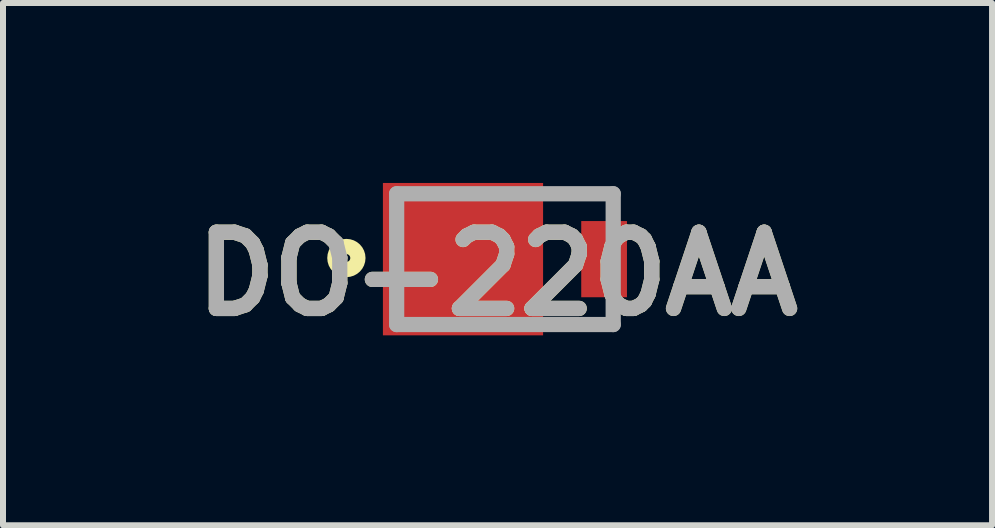
<source format=kicad_pcb>
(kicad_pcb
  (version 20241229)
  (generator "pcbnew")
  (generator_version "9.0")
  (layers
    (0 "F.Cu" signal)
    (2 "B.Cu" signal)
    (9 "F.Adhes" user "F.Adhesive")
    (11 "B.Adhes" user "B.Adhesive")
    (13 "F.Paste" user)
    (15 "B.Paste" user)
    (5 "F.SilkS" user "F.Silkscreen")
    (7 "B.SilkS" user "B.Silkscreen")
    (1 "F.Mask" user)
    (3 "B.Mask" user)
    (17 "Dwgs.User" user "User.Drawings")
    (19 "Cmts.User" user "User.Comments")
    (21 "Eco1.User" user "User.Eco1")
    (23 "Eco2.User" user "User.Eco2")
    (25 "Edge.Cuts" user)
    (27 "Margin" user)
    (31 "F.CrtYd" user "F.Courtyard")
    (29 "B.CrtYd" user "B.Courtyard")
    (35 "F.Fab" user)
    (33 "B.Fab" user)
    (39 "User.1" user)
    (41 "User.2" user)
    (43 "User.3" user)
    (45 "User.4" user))
  (footprint "DO-220AA"
    (layer "F.Cu")
    (at 5.367 1.27)
    (property "Reference" "DO-220AA" (at -0.123 0.247 0) (layer "F.SilkS") (effects (font (size 1.27 1.27) (thickness 0.254))))
    (attr smd)
    (fp_circle (center -2.643 -0.019) (end -2.643 0.046) (stroke (width 0.254) (type solid)) (fill no) (layer "F.SilkS"))
    (fp_line (start -1.805 -1.09) (end 1.805 -1.09) (stroke (width 0.254) (type solid)) (layer "F.Fab"))
    (fp_line (start -1.805 1.09) (end -1.805 -1.09) (stroke (width 0.254) (type solid)) (layer "F.Fab"))
    (fp_line (start 1.805 -1.09) (end 1.805 1.09) (stroke (width 0.254) (type solid)) (layer "F.Fab"))
    (fp_line (start 1.805 1.09) (end -1.805 1.09) (stroke (width 0.254) (type solid)) (layer "F.Fab"))
    (fp_text user "${REFERENCE}" (at -0.123 0.247 0) (layer "F.Fab") (effects (font (size 1.27 1.27) (thickness 0.254))))
    (pad "1" smd rect (at -0.699 0 90) (size 2.54 2.67) (layers "F.Cu" "F.Mask" "F.Paste"))
    (pad "2" smd rect (at 1.653 0) (size 0.762 1.27) (layers "F.Cu" "F.Mask" "F.Paste")))
  (gr_rect
    (start -3 -3)
    (end 13.487 5.706)
    (stroke (width 0.1) (type default))
    (fill no)
    (layer "Edge.Cuts")))
</source>
